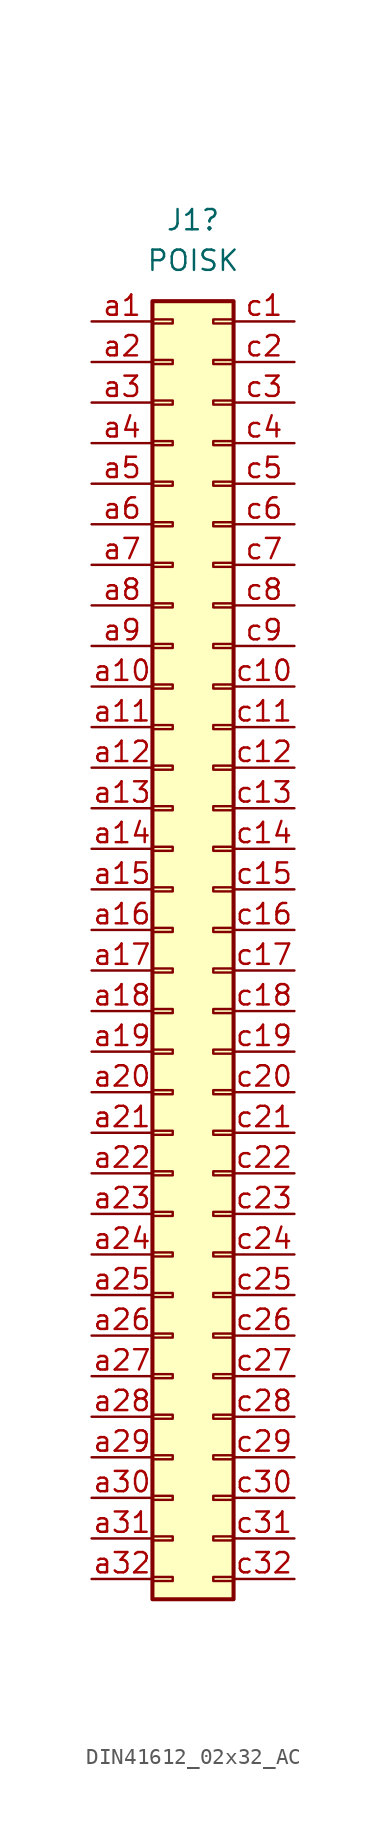
<source format=kicad_sym>
(kicad_symbol_lib
  (version 20211014)
  (generator kicad_symbol_editor)
  (symbol "DIN41612_02x32_AC"
    (pin_names
      (offset 1.016) hide)
    (property "Reference" "J1"
      (at 1.27 44.45 0)
      (effects (font (size 1.27 1.27))))
    (property "Value" "POISK"
      (at 1.27 41.91 0)
      (effects (font (size 1.27 1.27))))
    (symbol "DIN41612_02x32_AC_1_1"
      (rectangle (start -1.27 -40.513) (end 0 -40.767) (stroke (width 0.152) (type default) (color 0 0 0 0)) (fill (type none)))
      (rectangle (start -1.27 -37.973) (end 0 -38.227) (stroke (width 0.152) (type default) (color 0 0 0 0)) (fill (type none)))
      (rectangle (start -1.27 -35.433) (end 0 -35.687) (stroke (width 0.152) (type default) (color 0 0 0 0)) (fill (type none)))
      (rectangle (start -1.27 -32.893) (end 0 -33.147) (stroke (width 0.152) (type default) (color 0 0 0 0)) (fill (type none)))
      (rectangle (start -1.27 -30.353) (end 0 -30.607) (stroke (width 0.152) (type default) (color 0 0 0 0)) (fill (type none)))
      (rectangle (start -1.27 -27.813) (end 0 -28.067) (stroke (width 0.152) (type default) (color 0 0 0 0)) (fill (type none)))
      (rectangle (start -1.27 -25.273) (end 0 -25.527) (stroke (width 0.152) (type default) (color 0 0 0 0)) (fill (type none)))
      (rectangle (start -1.27 -22.733) (end 0 -22.987) (stroke (width 0.152) (type default) (color 0 0 0 0)) (fill (type none)))
      (rectangle (start -1.27 -20.193) (end 0 -20.447) (stroke (width 0.152) (type default) (color 0 0 0 0)) (fill (type none)))
      (rectangle (start -1.27 -17.653) (end 0 -17.907) (stroke (width 0.152) (type default) (color 0 0 0 0)) (fill (type none)))
      (rectangle (start -1.27 -15.113) (end 0 -15.367) (stroke (width 0.152) (type default) (color 0 0 0 0)) (fill (type none)))
      (rectangle (start -1.27 -12.573) (end 0 -12.827) (stroke (width 0.152) (type default) (color 0 0 0 0)) (fill (type none)))
      (rectangle (start -1.27 -10.033) (end 0 -10.287) (stroke (width 0.152) (type default) (color 0 0 0 0)) (fill (type none)))
      (rectangle (start -1.27 -7.493) (end 0 -7.747) (stroke (width 0.152) (type default) (color 0 0 0 0)) (fill (type none)))
      (rectangle (start -1.27 -4.953) (end 0 -5.207) (stroke (width 0.152) (type default) (color 0 0 0 0)) (fill (type none)))
      (rectangle (start -1.27 -2.413) (end 0 -2.667) (stroke (width 0.152) (type default) (color 0 0 0 0)) (fill (type none)))
      (rectangle (start -1.27 0.127) (end 0 -0.127) (stroke (width 0.152) (type default) (color 0 0 0 0)) (fill (type none)))
      (rectangle (start -1.27 2.667) (end 0 2.413) (stroke (width 0.152) (type default) (color 0 0 0 0)) (fill (type none)))
      (rectangle (start -1.27 5.207) (end 0 4.953) (stroke (width 0.152) (type default) (color 0 0 0 0)) (fill (type none)))
      (rectangle (start -1.27 7.747) (end 0 7.493) (stroke (width 0.152) (type default) (color 0 0 0 0)) (fill (type none)))
      (rectangle (start -1.27 10.287) (end 0 10.033) (stroke (width 0.152) (type default) (color 0 0 0 0)) (fill (type none)))
      (rectangle (start -1.27 12.827) (end 0 12.573) (stroke (width 0.152) (type default) (color 0 0 0 0)) (fill (type none)))
      (rectangle (start -1.27 15.367) (end 0 15.113) (stroke (width 0.152) (type default) (color 0 0 0 0)) (fill (type none)))
      (rectangle (start -1.27 17.907) (end 0 17.653) (stroke (width 0.152) (type default) (color 0 0 0 0)) (fill (type none)))
      (rectangle (start -1.27 20.447) (end 0 20.193) (stroke (width 0.152) (type default) (color 0 0 0 0)) (fill (type none)))
      (rectangle (start -1.27 22.987) (end 0 22.733) (stroke (width 0.152) (type default) (color 0 0 0 0)) (fill (type none)))
      (rectangle (start -1.27 25.527) (end 0 25.273) (stroke (width 0.152) (type default) (color 0 0 0 0)) (fill (type none)))
      (rectangle (start -1.27 28.067) (end 0 27.813) (stroke (width 0.152) (type default) (color 0 0 0 0)) (fill (type none)))
      (rectangle (start -1.27 30.607) (end 0 30.353) (stroke (width 0.152) (type default) (color 0 0 0 0)) (fill (type none)))
      (rectangle (start -1.27 33.147) (end 0 32.893) (stroke (width 0.152) (type default) (color 0 0 0 0)) (fill (type none)))
      (rectangle (start -1.27 35.687) (end 0 35.433) (stroke (width 0.152) (type default) (color 0 0 0 0)) (fill (type none)))
      (rectangle (start -1.27 38.227) (end 0 37.973) (stroke (width 0.152) (type default) (color 0 0 0 0)) (fill (type none)))
      (rectangle (start -1.27 39.37) (end 3.81 -41.91) (stroke (width 0.254) (type default) (color 0 0 0 0)) (fill (type background)))
      (rectangle (start 3.81 -40.513) (end 2.54 -40.767) (stroke (width 0.152) (type default) (color 0 0 0 0)) (fill (type none)))
      (rectangle (start 3.81 -37.973) (end 2.54 -38.227) (stroke (width 0.152) (type default) (color 0 0 0 0)) (fill (type none)))
      (rectangle (start 3.81 -35.433) (end 2.54 -35.687) (stroke (width 0.152) (type default) (color 0 0 0 0)) (fill (type none)))
      (rectangle (start 3.81 -32.893) (end 2.54 -33.147) (stroke (width 0.152) (type default) (color 0 0 0 0)) (fill (type none)))
      (rectangle (start 3.81 -30.353) (end 2.54 -30.607) (stroke (width 0.152) (type default) (color 0 0 0 0)) (fill (type none)))
      (rectangle (start 3.81 -27.813) (end 2.54 -28.067) (stroke (width 0.152) (type default) (color 0 0 0 0)) (fill (type none)))
      (rectangle (start 3.81 -25.273) (end 2.54 -25.527) (stroke (width 0.152) (type default) (color 0 0 0 0)) (fill (type none)))
      (rectangle (start 3.81 -22.733) (end 2.54 -22.987) (stroke (width 0.152) (type default) (color 0 0 0 0)) (fill (type none)))
      (rectangle (start 3.81 -20.193) (end 2.54 -20.447) (stroke (width 0.152) (type default) (color 0 0 0 0)) (fill (type none)))
      (rectangle (start 3.81 -17.653) (end 2.54 -17.907) (stroke (width 0.152) (type default) (color 0 0 0 0)) (fill (type none)))
      (rectangle (start 3.81 -15.113) (end 2.54 -15.367) (stroke (width 0.152) (type default) (color 0 0 0 0)) (fill (type none)))
      (rectangle (start 3.81 -12.573) (end 2.54 -12.827) (stroke (width 0.152) (type default) (color 0 0 0 0)) (fill (type none)))
      (rectangle (start 3.81 -10.033) (end 2.54 -10.287) (stroke (width 0.152) (type default) (color 0 0 0 0)) (fill (type none)))
      (rectangle (start 3.81 -7.493) (end 2.54 -7.747) (stroke (width 0.152) (type default) (color 0 0 0 0)) (fill (type none)))
      (rectangle (start 3.81 -4.953) (end 2.54 -5.207) (stroke (width 0.152) (type default) (color 0 0 0 0)) (fill (type none)))
      (rectangle (start 3.81 -2.413) (end 2.54 -2.667) (stroke (width 0.152) (type default) (color 0 0 0 0)) (fill (type none)))
      (rectangle (start 3.81 0.127) (end 2.54 -0.127) (stroke (width 0.152) (type default) (color 0 0 0 0)) (fill (type none)))
      (rectangle (start 3.81 2.667) (end 2.54 2.413) (stroke (width 0.152) (type default) (color 0 0 0 0)) (fill (type none)))
      (rectangle (start 3.81 5.207) (end 2.54 4.953) (stroke (width 0.152) (type default) (color 0 0 0 0)) (fill (type none)))
      (rectangle (start 3.81 7.747) (end 2.54 7.493) (stroke (width 0.152) (type default) (color 0 0 0 0)) (fill (type none)))
      (rectangle (start 3.81 10.287) (end 2.54 10.033) (stroke (width 0.152) (type default) (color 0 0 0 0)) (fill (type none)))
      (rectangle (start 3.81 12.827) (end 2.54 12.573) (stroke (width 0.152) (type default) (color 0 0 0 0)) (fill (type none)))
      (rectangle (start 3.81 15.367) (end 2.54 15.113) (stroke (width 0.152) (type default) (color 0 0 0 0)) (fill (type none)))
      (rectangle (start 3.81 17.907) (end 2.54 17.653) (stroke (width 0.152) (type default) (color 0 0 0 0)) (fill (type none)))
      (rectangle (start 3.81 20.447) (end 2.54 20.193) (stroke (width 0.152) (type default) (color 0 0 0 0)) (fill (type none)))
      (rectangle (start 3.81 22.987) (end 2.54 22.733) (stroke (width 0.152) (type default) (color 0 0 0 0)) (fill (type none)))
      (rectangle (start 3.81 25.527) (end 2.54 25.273) (stroke (width 0.152) (type default) (color 0 0 0 0)) (fill (type none)))
      (rectangle (start 3.81 28.067) (end 2.54 27.813) (stroke (width 0.152) (type default) (color 0 0 0 0)) (fill (type none)))
      (rectangle (start 3.81 30.607) (end 2.54 30.353) (stroke (width 0.152) (type default) (color 0 0 0 0)) (fill (type none)))
      (rectangle (start 3.81 33.147) (end 2.54 32.893) (stroke (width 0.152) (type default) (color 0 0 0 0)) (fill (type none)))
      (rectangle (start 3.81 35.687) (end 2.54 35.433) (stroke (width 0.152) (type default) (color 0 0 0 0)) (fill (type none)))
      (rectangle (start 3.81 38.227) (end 2.54 37.973) (stroke (width 0.152) (type default) (color 0 0 0 0)) (fill (type none)))
      (pin output line (at -5.08 38.1 0) (length 3.81) (name "Pin_a1" (effects (font (size 1.27 1.27)))) (number "a1" (effects (font (size 1.27 1.27)))))
      (pin input line (at -5.08 15.24 0) (length 3.81) (name "Pin_a10" (effects (font (size 1.27 1.27)))) (number "a10" (effects (font (size 1.27 1.27)))))
      (pin passive line (at -5.08 12.7 0) (length 3.81) (name "Pin_a11" (effects (font (size 1.27 1.27)))) (number "a11" (effects (font (size 1.27 1.27)))))
      (pin output line (at -5.08 10.16 0) (length 3.81) (name "Pin_a12" (effects (font (size 1.27 1.27)))) (number "a12" (effects (font (size 1.27 1.27)))))
      (pin passive line (at -5.08 7.62 0) (length 3.81) (name "Pin_a13" (effects (font (size 1.27 1.27)))) (number "a13" (effects (font (size 1.27 1.27)))))
      (pin output line (at -5.08 5.08 0) (length 3.81) (name "Pin_a14" (effects (font (size 1.27 1.27)))) (number "a14" (effects (font (size 1.27 1.27)))))
      (pin output line (at -5.08 2.54 0) (length 3.81) (name "Pin_a15" (effects (font (size 1.27 1.27)))) (number "a15" (effects (font (size 1.27 1.27)))))
      (pin output line (at -5.08 0 0) (length 3.81) (name "Pin_a16" (effects (font (size 1.27 1.27)))) (number "a16" (effects (font (size 1.27 1.27)))))
      (pin output line (at -5.08 -2.54 0) (length 3.81) (name "Pin_a17" (effects (font (size 1.27 1.27)))) (number "a17" (effects (font (size 1.27 1.27)))))
      (pin output line (at -5.08 -5.08 0) (length 3.81) (name "Pin_a18" (effects (font (size 1.27 1.27)))) (number "a18" (effects (font (size 1.27 1.27)))))
      (pin output line (at -5.08 -7.62 0) (length 3.81) (name "Pin_a19" (effects (font (size 1.27 1.27)))) (number "a19" (effects (font (size 1.27 1.27)))))
      (pin output line (at -5.08 35.56 0) (length 3.81) (name "Pin_a2" (effects (font (size 1.27 1.27)))) (number "a2" (effects (font (size 1.27 1.27)))))
      (pin bidirectional line (at -5.08 -10.16 0) (length 3.81) (name "Pin_a20" (effects (font (size 1.27 1.27)))) (number "a20" (effects (font (size 1.27 1.27)))))
      (pin bidirectional line (at -5.08 -12.7 0) (length 3.81) (name "Pin_a21" (effects (font (size 1.27 1.27)))) (number "a21" (effects (font (size 1.27 1.27)))))
      (pin bidirectional line (at -5.08 -15.24 0) (length 3.81) (name "Pin_a22" (effects (font (size 1.27 1.27)))) (number "a22" (effects (font (size 1.27 1.27)))))
      (pin bidirectional line (at -5.08 -17.78 0) (length 3.81) (name "Pin_a23" (effects (font (size 1.27 1.27)))) (number "a23" (effects (font (size 1.27 1.27)))))
      (pin passive line (at -5.08 -20.32 0) (length 3.81) (name "Pin_a24" (effects (font (size 1.27 1.27)))) (number "a24" (effects (font (size 1.27 1.27)))))
      (pin passive line (at -5.08 -22.86 0) (length 3.81) (name "Pin_a25" (effects (font (size 1.27 1.27)))) (number "a25" (effects (font (size 1.27 1.27)))))
      (pin power_in line (at -5.08 -25.4 0) (length 3.81) (name "Pin_a26" (effects (font (size 1.27 1.27)))) (number "a26" (effects (font (size 1.27 1.27)))))
      (pin power_in line (at -5.08 -27.94 0) (length 3.81) (name "Pin_a27" (effects (font (size 1.27 1.27)))) (number "a27" (effects (font (size 1.27 1.27)))))
      (pin power_in line (at -5.08 -30.48 0) (length 3.81) (name "Pin_a28" (effects (font (size 1.27 1.27)))) (number "a28" (effects (font (size 1.27 1.27)))))
      (pin power_in line (at -5.08 -33.02 0) (length 3.81) (name "Pin_a29" (effects (font (size 1.27 1.27)))) (number "a29" (effects (font (size 1.27 1.27)))))
      (pin output line (at -5.08 33.02 0) (length 3.81) (name "Pin_a3" (effects (font (size 1.27 1.27)))) (number "a3" (effects (font (size 1.27 1.27)))))
      (pin power_in line (at -5.08 -35.56 0) (length 3.81) (name "Pin_a30" (effects (font (size 1.27 1.27)))) (number "a30" (effects (font (size 1.27 1.27)))))
      (pin passive line (at -5.08 -38.1 0) (length 3.81) (name "Pin_a31" (effects (font (size 1.27 1.27)))) (number "a31" (effects (font (size 1.27 1.27)))))
      (pin passive line (at -5.08 -40.64 0) (length 3.81) (name "Pin_a32" (effects (font (size 1.27 1.27)))) (number "a32" (effects (font (size 1.27 1.27)))))
      (pin output line (at -5.08 30.48 0) (length 3.81) (name "Pin_a4" (effects (font (size 1.27 1.27)))) (number "a4" (effects (font (size 1.27 1.27)))))
      (pin passive line (at -5.08 27.94 0) (length 3.81) (name "Pin_a5" (effects (font (size 1.27 1.27)))) (number "a5" (effects (font (size 1.27 1.27)))))
      (pin passive line (at -5.08 25.4 0) (length 3.81) (name "Pin_a6" (effects (font (size 1.27 1.27)))) (number "a6" (effects (font (size 1.27 1.27)))))
      (pin passive line (at -5.08 22.86 0) (length 3.81) (name "Pin_a7" (effects (font (size 1.27 1.27)))) (number "a7" (effects (font (size 1.27 1.27)))))
      (pin passive line (at -5.08 20.32 0) (length 3.81) (name "Pin_a8" (effects (font (size 1.27 1.27)))) (number "a8" (effects (font (size 1.27 1.27)))))
      (pin input line (at -5.08 17.78 0) (length 3.81) (name "Pin_a9" (effects (font (size 1.27 1.27)))) (number "a9" (effects (font (size 1.27 1.27)))))
      (pin output line (at 7.62 38.1 180) (length 3.81) (name "Pin_c1" (effects (font (size 1.27 1.27)))) (number "c1" (effects (font (size 1.27 1.27)))))
      (pin passive line (at 7.62 15.24 180) (length 3.81) (name "Pin_c10" (effects (font (size 1.27 1.27)))) (number "c10" (effects (font (size 1.27 1.27)))))
      (pin passive line (at 7.62 12.7 180) (length 3.81) (name "Pin_c11" (effects (font (size 1.27 1.27)))) (number "c11" (effects (font (size 1.27 1.27)))))
      (pin output line (at 7.62 10.16 180) (length 3.81) (name "Pin_c12" (effects (font (size 1.27 1.27)))) (number "c12" (effects (font (size 1.27 1.27)))))
      (pin passive line (at 7.62 7.62 180) (length 3.81) (name "Pin_c13" (effects (font (size 1.27 1.27)))) (number "c13" (effects (font (size 1.27 1.27)))))
      (pin output line (at 7.62 5.08 180) (length 3.81) (name "Pin_c14" (effects (font (size 1.27 1.27)))) (number "c14" (effects (font (size 1.27 1.27)))))
      (pin output line (at 7.62 2.54 180) (length 3.81) (name "Pin_c15" (effects (font (size 1.27 1.27)))) (number "c15" (effects (font (size 1.27 1.27)))))
      (pin output line (at 7.62 0 180) (length 3.81) (name "Pin_c16" (effects (font (size 1.27 1.27)))) (number "c16" (effects (font (size 1.27 1.27)))))
      (pin output line (at 7.62 -2.54 180) (length 3.81) (name "Pin_c17" (effects (font (size 1.27 1.27)))) (number "c17" (effects (font (size 1.27 1.27)))))
      (pin output line (at 7.62 -5.08 180) (length 3.81) (name "Pin_c18" (effects (font (size 1.27 1.27)))) (number "c18" (effects (font (size 1.27 1.27)))))
      (pin output line (at 7.62 -7.62 180) (length 3.81) (name "Pin_c19" (effects (font (size 1.27 1.27)))) (number "c19" (effects (font (size 1.27 1.27)))))
      (pin output line (at 7.62 35.56 180) (length 3.81) (name "Pin_c2" (effects (font (size 1.27 1.27)))) (number "c2" (effects (font (size 1.27 1.27)))))
      (pin bidirectional line (at 7.62 -10.16 180) (length 3.81) (name "Pin_c20" (effects (font (size 1.27 1.27)))) (number "c20" (effects (font (size 1.27 1.27)))))
      (pin bidirectional line (at 7.62 -12.7 180) (length 3.81) (name "Pin_c21" (effects (font (size 1.27 1.27)))) (number "c21" (effects (font (size 1.27 1.27)))))
      (pin bidirectional line (at 7.62 -15.24 180) (length 3.81) (name "Pin_c22" (effects (font (size 1.27 1.27)))) (number "c22" (effects (font (size 1.27 1.27)))))
      (pin bidirectional line (at 7.62 -17.78 180) (length 3.81) (name "Pin_c23" (effects (font (size 1.27 1.27)))) (number "c23" (effects (font (size 1.27 1.27)))))
      (pin passive line (at 7.62 -20.32 180) (length 3.81) (name "Pin_c24" (effects (font (size 1.27 1.27)))) (number "c24" (effects (font (size 1.27 1.27)))))
      (pin passive line (at 7.62 -22.86 180) (length 3.81) (name "Pin_c25" (effects (font (size 1.27 1.27)))) (number "c25" (effects (font (size 1.27 1.27)))))
      (pin power_in line (at 7.62 -25.4 180) (length 3.81) (name "Pin_c26" (effects (font (size 1.27 1.27)))) (number "c26" (effects (font (size 1.27 1.27)))))
      (pin power_in line (at 7.62 -27.94 180) (length 3.81) (name "Pin_c27" (effects (font (size 1.27 1.27)))) (number "c27" (effects (font (size 1.27 1.27)))))
      (pin power_in line (at 7.62 -30.48 180) (length 3.81) (name "Pin_c28" (effects (font (size 1.27 1.27)))) (number "c28" (effects (font (size 1.27 1.27)))))
      (pin power_in line (at 7.62 -33.02 180) (length 3.81) (name "Pin_c29" (effects (font (size 1.27 1.27)))) (number "c29" (effects (font (size 1.27 1.27)))))
      (pin output line (at 7.62 33.02 180) (length 3.81) (name "Pin_c3" (effects (font (size 1.27 1.27)))) (number "c3" (effects (font (size 1.27 1.27)))))
      (pin power_in line (at 7.62 -35.56 180) (length 3.81) (name "Pin_c30" (effects (font (size 1.27 1.27)))) (number "c30" (effects (font (size 1.27 1.27)))))
      (pin passive line (at 7.62 -38.1 180) (length 3.81) (name "Pin_c31" (effects (font (size 1.27 1.27)))) (number "c31" (effects (font (size 1.27 1.27)))))
      (pin passive line (at 7.62 -40.64 180) (length 3.81) (name "Pin_c32" (effects (font (size 1.27 1.27)))) (number "c32" (effects (font (size 1.27 1.27)))))
      (pin output line (at 7.62 30.48 180) (length 3.81) (name "Pin_c4" (effects (font (size 1.27 1.27)))) (number "c4" (effects (font (size 1.27 1.27)))))
      (pin passive line (at 7.62 27.94 180) (length 3.81) (name "Pin_c5" (effects (font (size 1.27 1.27)))) (number "c5" (effects (font (size 1.27 1.27)))))
      (pin passive line (at 7.62 25.4 180) (length 3.81) (name "Pin_c6" (effects (font (size 1.27 1.27)))) (number "c6" (effects (font (size 1.27 1.27)))))
      (pin passive line (at 7.62 22.86 180) (length 3.81) (name "Pin_c7" (effects (font (size 1.27 1.27)))) (number "c7" (effects (font (size 1.27 1.27)))))
      (pin passive line (at 7.62 20.32 180) (length 3.81) (name "Pin_c8" (effects (font (size 1.27 1.27)))) (number "c8" (effects (font (size 1.27 1.27)))))
      (pin passive line (at 7.62 17.78 180) (length 3.81) (name "Pin_c9" (effects (font (size 1.27 1.27)))) (number "c9" (effects (font (size 1.27 1.27))))))))
</source>
